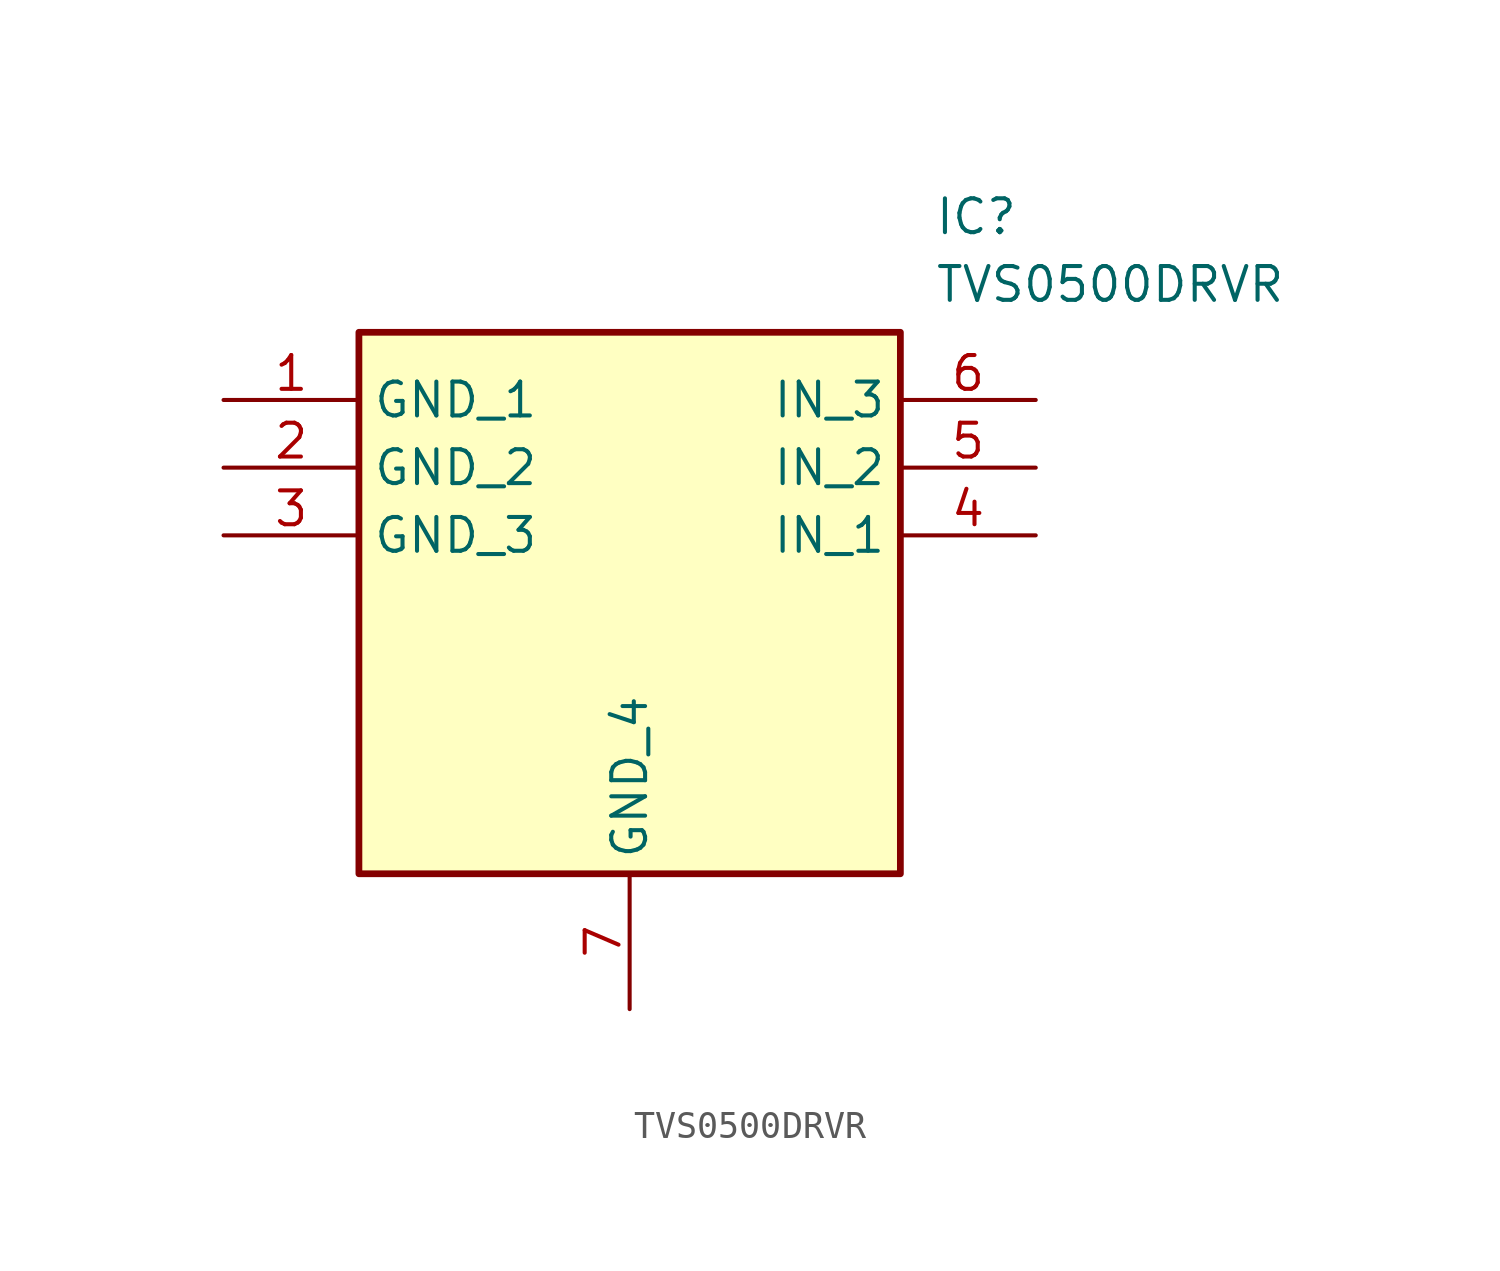
<source format=kicad_sym>
(kicad_symbol_lib
  (version 20211014)
  (generator SamacSys_ECAD_Model)
  (symbol "TVS0500DRVR"
    (property "Reference" "IC"
      (at 26.67 7.62 0)
      (effects (font (size 1.27 1.27)) (justify left top)))
    (property "Value" "TVS0500DRVR"
      (at 26.67 5.08 0)
      (effects (font (size 1.27 1.27)) (justify left top)))
    (rectangle
      (start 5.08 2.54)
      (end 25.4 -17.78)
      (stroke (width 0.254) (type default))
      (fill (type background)))
    (pin passive line
      (at 0 0 0)
      (length 5.08)
      (name "GND_1" (effects (font (size 1.27 1.27))))
      (number "1" (effects (font (size 1.27 1.27)))))
    (pin passive line
      (at 0 -2.54 0)
      (length 5.08)
      (name "GND_2" (effects (font (size 1.27 1.27))))
      (number "2" (effects (font (size 1.27 1.27)))))
    (pin passive line
      (at 0 -5.08 0)
      (length 5.08)
      (name "GND_3" (effects (font (size 1.27 1.27))))
      (number "3" (effects (font (size 1.27 1.27)))))
    (pin passive line
      (at 15.24 -22.86 90)
      (length 5.08)
      (name "GND_4" (effects (font (size 1.27 1.27))))
      (number "7" (effects (font (size 1.27 1.27)))))
    (pin passive line
      (at 30.48 0 180)
      (length 5.08)
      (name "IN_3" (effects (font (size 1.27 1.27))))
      (number "6" (effects (font (size 1.27 1.27)))))
    (pin passive line
      (at 30.48 -2.54 180)
      (length 5.08)
      (name "IN_2" (effects (font (size 1.27 1.27))))
      (number "5" (effects (font (size 1.27 1.27)))))
    (pin passive line
      (at 30.48 -5.08 180)
      (length 5.08)
      (name "IN_1" (effects (font (size 1.27 1.27))))
      (number "4" (effects (font (size 1.27 1.27)))))))
</source>
